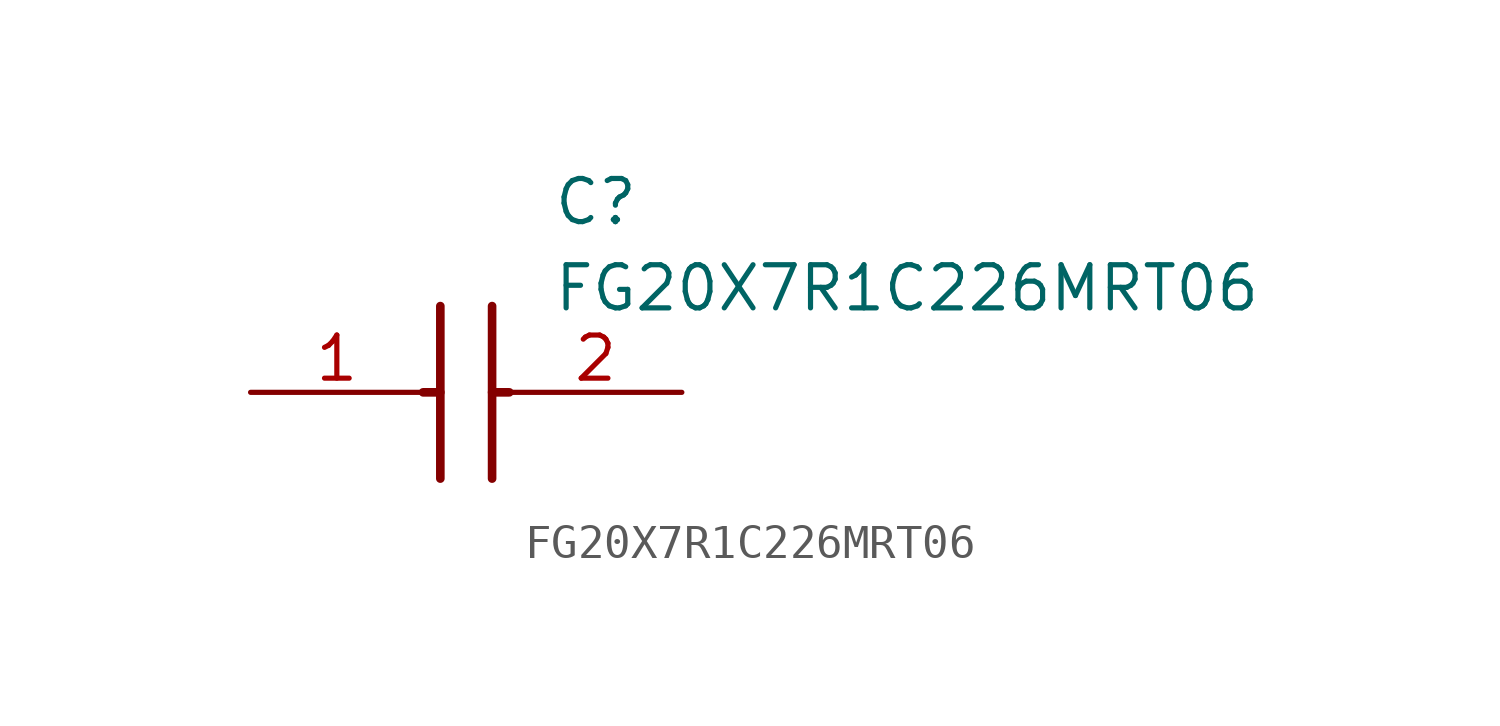
<source format=kicad_sym>
(kicad_symbol_lib
  (version 20211014)
  (generator SamacSys_ECAD_Model)
  (symbol "FG20X7R1C226MRT06"
    (pin_names hide)
    (property "Reference" "C"
      (at 8.89 6.35 0)
      (effects (font (size 1.27 1.27)) (justify left top)))
    (property "Value" "FG20X7R1C226MRT06"
      (at 8.89 3.81 0)
      (effects (font (size 1.27 1.27)) (justify left top)))
    (polyline
      (pts (xy 5.588 2.54) (xy 5.588 -2.54))
      (stroke (width 0.254) (type default))
      (fill (type none)))
    (polyline
      (pts (xy 7.112 2.54) (xy 7.112 -2.54))
      (stroke (width 0.254) (type default))
      (fill (type none)))
    (polyline
      (pts (xy 5.08 0) (xy 5.588 0))
      (stroke (width 0.254) (type default))
      (fill (type none)))
    (polyline
      (pts (xy 7.112 0) (xy 7.62 0))
      (stroke (width 0.254) (type default))
      (fill (type none)))
    (pin passive line
      (at 0 0 0)
      (length 5.08)
      (name "1" (effects (font (size 1.27 1.27))))
      (number "1" (effects (font (size 1.27 1.27)))))
    (pin passive line
      (at 12.7 0 180)
      (length 5.08)
      (name "2" (effects (font (size 1.27 1.27))))
      (number "2" (effects (font (size 1.27 1.27)))))))
</source>
